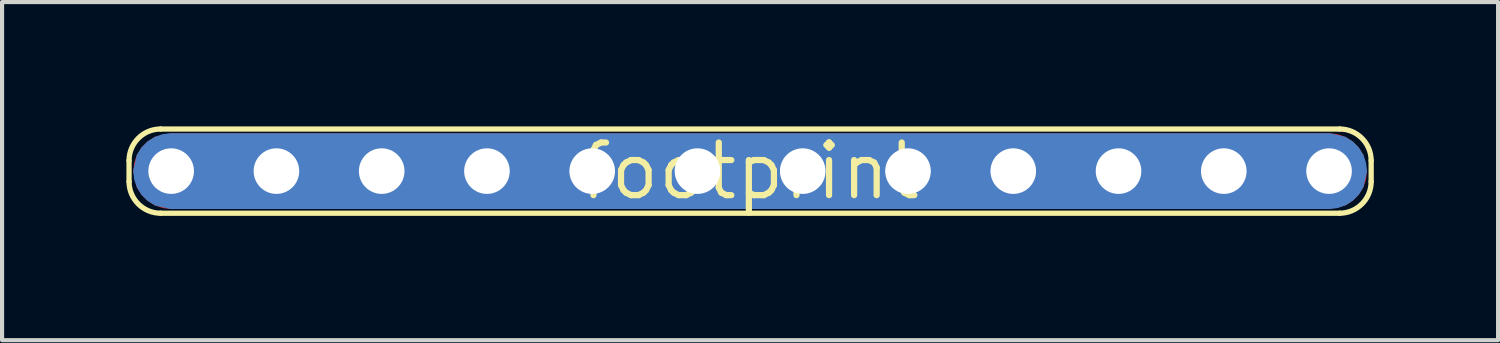
<source format=kicad_pcb>
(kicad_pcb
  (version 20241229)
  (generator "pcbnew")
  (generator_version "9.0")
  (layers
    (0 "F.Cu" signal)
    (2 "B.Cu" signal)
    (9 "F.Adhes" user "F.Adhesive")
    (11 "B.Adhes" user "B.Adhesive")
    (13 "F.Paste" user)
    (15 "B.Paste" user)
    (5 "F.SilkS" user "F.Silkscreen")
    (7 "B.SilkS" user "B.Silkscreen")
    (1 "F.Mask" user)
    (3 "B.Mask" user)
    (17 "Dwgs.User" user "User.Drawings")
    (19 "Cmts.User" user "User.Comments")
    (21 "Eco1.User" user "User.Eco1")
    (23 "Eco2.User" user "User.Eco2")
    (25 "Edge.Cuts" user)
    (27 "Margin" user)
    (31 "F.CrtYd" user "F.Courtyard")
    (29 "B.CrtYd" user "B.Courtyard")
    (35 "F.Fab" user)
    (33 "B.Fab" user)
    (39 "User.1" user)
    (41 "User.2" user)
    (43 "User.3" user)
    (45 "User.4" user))
  (footprint "footprint"
    (layer "F.Cu")
    (at 15.05 1.079)
    (property "Reference" "footprint" (at 0 0 0) (layer "F.SilkS") (effects (font (size 1.27 1.27) (thickness 0.15))))
    (fp_poly (pts (xy 14.174 -0.892) (xy 14.367 -0.825) (xy 14.541 -0.716) (xy 14.686 -0.571) (xy 14.799 -0.39) (xy 14.886 -0.009) (xy 14.862 0.204) (xy 14.795 0.397) (xy 14.686 0.571) (xy 14.541 0.716) (xy 14.36 0.829) (xy 13.987 0.914) (xy -13.979 0.914) (xy -14.174 0.892) (xy -14.367 0.825) (xy -14.541 0.716) (xy -14.686 0.571) (xy -14.799 0.39) (xy -14.886 0.009) (xy -14.862 -0.204) (xy -14.795 -0.397) (xy -14.686 -0.571) (xy -14.541 -0.716) (xy -14.36 -0.829) (xy -13.987 -0.914) (xy 13.979 -0.914)) (stroke (width 0) (type solid)) (fill yes) (layer "F.Cu"))
    (fp_poly (pts (xy 14.452 -0.873) (xy 14.612 -0.773) (xy 14.743 -0.642) (xy 14.841 -0.485) (xy 14.902 -0.311) (xy 14.916 -0.191) (xy 14.922 -0.191) (xy 14.922 0.134) (xy 14.843 0.482) (xy 14.743 0.642) (xy 14.612 0.773) (xy 14.455 0.871) (xy 14.281 0.932) (xy 14.161 0.946) (xy 14.161 0.953) (xy -14.104 0.953) (xy -14.452 0.873) (xy -14.612 0.773) (xy -14.743 0.642) (xy -14.841 0.485) (xy -14.902 0.311) (xy -14.922 0.134) (xy -14.859 0.127) (xy -14.796 0.127) (xy -14.796 0.064) (xy -14.922 0.064) (xy -14.922 -0.134) (xy -14.843 -0.482) (xy -14.743 -0.642) (xy -14.612 -0.773) (xy -14.455 -0.871) (xy -14.281 -0.932) (xy -14.104 -0.952) (xy -14.097 -0.889) (xy -14.097 -0.826) (xy -14.034 -0.826) (xy -14.034 -0.953) (xy 14.104 -0.953)) (stroke (width 0) (type solid)) (fill yes) (layer "F.Mask"))
    (fp_poly (pts (xy 14.36 -0.829) (xy 14.541 -0.716) (xy 14.686 -0.571) (xy 14.795 -0.397) (xy 14.862 -0.204) (xy 14.886 0.009) (xy 14.799 0.39) (xy 14.686 0.571) (xy 14.541 0.716) (xy 14.367 0.825) (xy 14.174 0.892) (xy 13.979 0.914) (xy -13.987 0.914) (xy -14.36 0.829) (xy -14.541 0.716) (xy -14.686 0.571) (xy -14.795 0.397) (xy -14.862 0.204) (xy -14.886 -0.009) (xy -14.799 -0.39) (xy -14.686 -0.571) (xy -14.541 -0.716) (xy -14.367 -0.825) (xy -14.174 -0.892) (xy -13.979 -0.914) (xy 13.987 -0.914)) (stroke (width 0) (type solid)) (fill yes) (layer "B.Cu"))
    (fp_poly (pts (xy 14.161 -0.946) (xy 14.281 -0.932) (xy 14.455 -0.871) (xy 14.612 -0.773) (xy 14.743 -0.642) (xy 14.843 -0.482) (xy 14.922 -0.134) (xy 14.922 0.064) (xy 14.796 0.064) (xy 14.796 0.127) (xy 14.859 0.127) (xy 14.922 0.134) (xy 14.902 0.311) (xy 14.841 0.485) (xy 14.743 0.642) (xy 14.612 0.773) (xy 14.452 0.873) (xy 14.104 0.953) (xy -14.034 0.953) (xy -14.034 0.826) (xy -14.097 0.826) (xy -14.097 0.889) (xy -14.104 0.952) (xy -14.281 0.932) (xy -14.455 0.871) (xy -14.612 0.773) (xy -14.743 0.642) (xy -14.843 0.482) (xy -14.922 0.134) (xy -14.922 -0.191) (xy -14.916 -0.191) (xy -14.902 -0.311) (xy -14.841 -0.485) (xy -14.743 -0.642) (xy -14.612 -0.773) (xy -14.452 -0.873) (xy -14.104 -0.953) (xy 14.161 -0.953)) (stroke (width 0) (type solid)) (fill yes) (layer "B.Mask"))
    (fp_line (start -14.986 0.254) (end -14.986 -0.254) (stroke (width 0.127) (type solid)) (layer "F.SilkS"))
    (fp_line (start -14.224 -1.016) (end 14.224 -1.016) (stroke (width 0.127) (type solid)) (layer "F.SilkS"))
    (fp_line (start 14.224 1.016) (end -14.224 1.016) (stroke (width 0.127) (type solid)) (layer "F.SilkS"))
    (fp_line (start 14.986 -0.254) (end 14.986 0.254) (stroke (width 0.127) (type solid)) (layer "F.SilkS"))
    (fp_arc (start -14.986 -0.254) (mid -14.762815 -0.792815) (end -14.223999 -1.015999) (stroke (width 0.127) (type solid)) (layer "F.SilkS"))
    (fp_arc (start -14.224 1.016) (mid -14.762816 0.792815) (end -14.986001 0.253999) (stroke (width 0.127) (type solid)) (layer "F.SilkS"))
    (fp_arc (start 14.224 -1.016) (mid 14.762816 -0.792815) (end 14.986001 -0.253999) (stroke (width 0.127) (type solid)) (layer "F.SilkS"))
    (fp_arc (start 14.986 0.254) (mid 14.762815 0.792815) (end 14.223999 1.015999) (stroke (width 0.127) (type solid)) (layer "F.SilkS"))
    (pad "" np_thru_hole circle (at -13.97 0) (size 1.1 1.1) (drill 1.1) (layers "*.Cu" "*.Mask"))
    (pad "" np_thru_hole circle (at -11.43 0) (size 1.1 1.1) (drill 1.1) (layers "*.Cu" "*.Mask"))
    (pad "" np_thru_hole circle (at -8.89 0) (size 1.1 1.1) (drill 1.1) (layers "*.Cu" "*.Mask"))
    (pad "" np_thru_hole circle (at -6.35 0) (size 1.1 1.1) (drill 1.1) (layers "*.Cu" "*.Mask"))
    (pad "" np_thru_hole circle (at -3.81 0) (size 1.1 1.1) (drill 1.1) (layers "*.Cu" "*.Mask"))
    (pad "" np_thru_hole circle (at -1.27 0) (size 1.1 1.1) (drill 1.1) (layers "*.Cu" "*.Mask"))
    (pad "" np_thru_hole circle (at 1.27 0) (size 1.1 1.1) (drill 1.1) (layers "*.Cu" "*.Mask"))
    (pad "" np_thru_hole circle (at 3.81 0) (size 1.1 1.1) (drill 1.1) (layers "*.Cu" "*.Mask"))
    (pad "" np_thru_hole circle (at 6.35 0) (size 1.1 1.1) (drill 1.1) (layers "*.Cu" "*.Mask"))
    (pad "" np_thru_hole circle (at 8.89 0) (size 1.1 1.1) (drill 1.1) (layers "*.Cu" "*.Mask"))
    (pad "" np_thru_hole circle (at 11.43 0) (size 1.1 1.1) (drill 1.1) (layers "*.Cu" "*.Mask"))
    (pad "" np_thru_hole circle (at 13.97 0) (size 1.1 1.1) (drill 1.1) (layers "*.Cu" "*.Mask")))
  (gr_rect
    (start -3 -3)
    (end 33.099 5.159)
    (stroke (width 0.1) (type default))
    (fill no)
    (layer "Edge.Cuts")))
</source>
